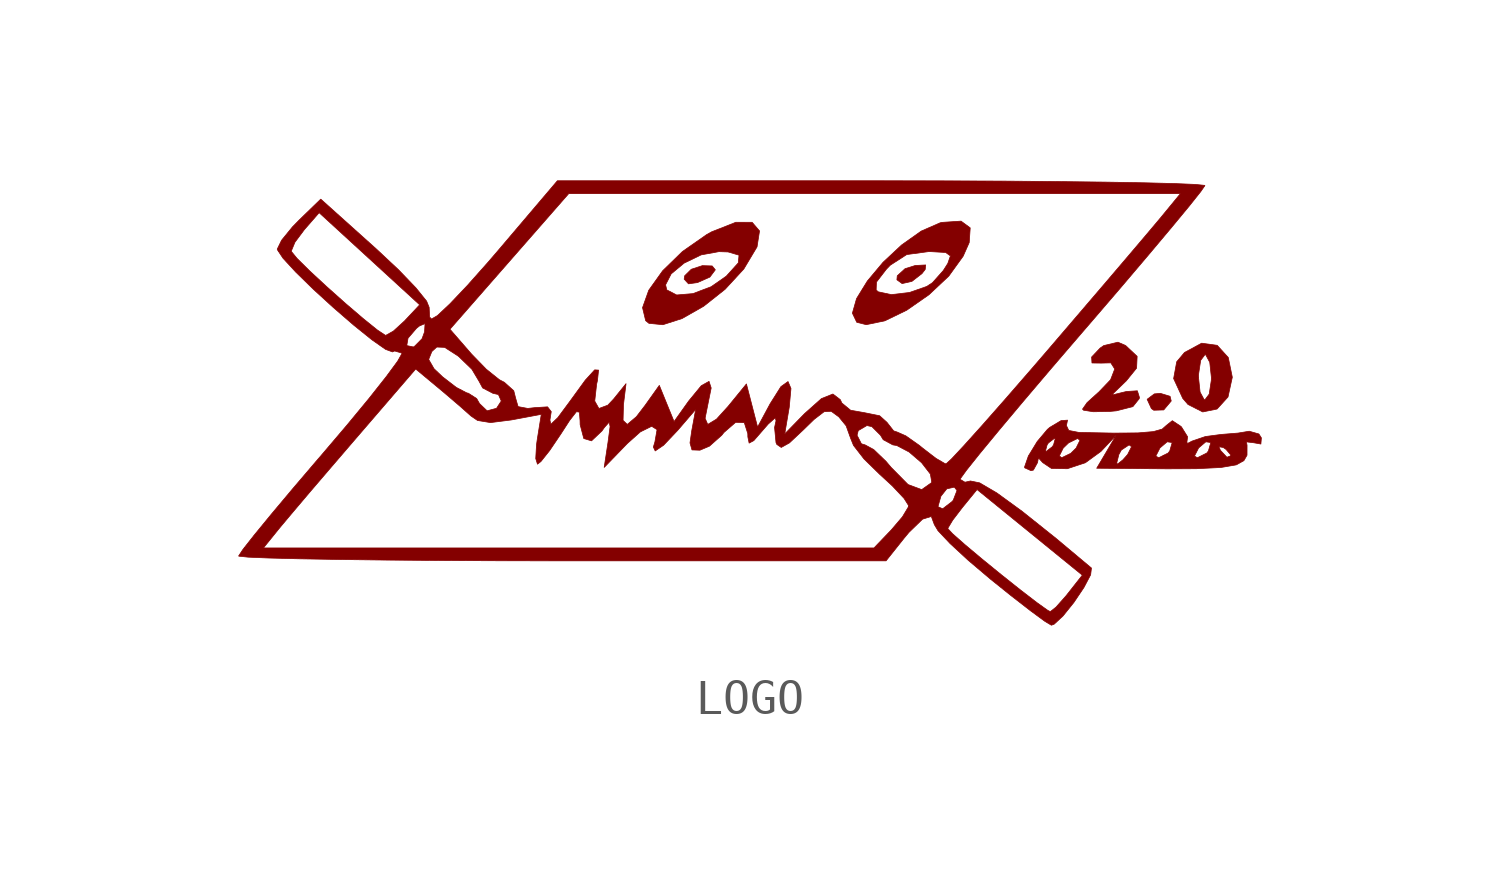
<source format=kicad_sym>
(kicad_symbol_lib
  (version 20220914)
  (generator "bitmap2component")
  (generator_version "9.0")
  (symbol "LOGO"
    (pin_names
      (offset 1.016))
    (property "Reference" "#G"
      (at 0 5.856 0)
      (effects (font (size 1.27 1.27)) hide))
    (symbol "LOGO_0_0"
      (polyline (pts (xy 8.766 -6.46) (xy 9.026 -6.219) (xy 9.342 -5.826) (xy 9.636 -5.389) (xy 9.832 -5.018) (xy 9.856 -4.82) (xy 8.819 -3.952) (xy 7.831 -3.163) (xy 7.091 -2.625) (xy 6.591 -2.332) (xy 6.321 -2.277) (xy 6.161 -2.313) (xy 6.021 -2.229) (xy 6.028 -2.21) (xy 6.203 -1.967) (xy 6.587 -1.486) (xy 7.149 -0.805) (xy 7.858 0.04) (xy 8.683 1.011) (xy 9.594 2.071) (xy 9.828 2.342) (xy 10.721 3.382) (xy 11.52 4.323) (xy 12.195 5.127) (xy 12.716 5.757) (xy 13.05 6.177) (xy 13.169 6.35) (xy 13.159 6.357) (xy 12.893 6.384) (xy 12.294 6.409) (xy 11.399 6.432) (xy 10.242 6.452) (xy 8.86 6.468) (xy 7.288 6.481) (xy 5.56 6.488) (xy 3.714 6.491) (xy -5.742 6.491) (xy -7.5 4.422) (xy -7.766 4.113) (xy -8.373 3.431) (xy -8.882 2.895) (xy -9.246 2.553) (xy -9.418 2.453) (xy -9.475 2.512) (xy -9.487 2.792) (xy -9.561 2.975) (xy -9.872 3.361) (xy -10.376 3.886) (xy -11.024 4.493) (xy -12.653 5.955) (xy -13.288 5.339) (xy -13.479 5.144) (xy -13.797 4.754) (xy -13.923 4.496) (xy -13.92 4.478) (xy -13.897 4.441) (xy -13.512 4.441) (xy -13.407 4.695) (xy -13.132 5.063) (xy -12.7 5.558) (xy -11.232 4.213) (xy -9.764 2.868) (xy -10.183 2.422) (xy -10.202 2.401) (xy -10.532 2.1) (xy -10.754 1.976) (xy -10.768 1.979) (xy -10.999 2.132) (xy -11.413 2.466) (xy -11.932 2.91) (xy -12.478 3.397) (xy -12.975 3.857) (xy -13.344 4.222) (xy -13.508 4.422) (xy -13.512 4.441) (xy -13.897 4.441) (xy -13.755 4.228) (xy -13.381 3.822) (xy -12.867 3.32) (xy -12.28 2.784) (xy -11.688 2.272) (xy -11.159 1.846) (xy -10.918 1.677) (xy -10.141 1.677) (xy -10.104 1.893) (xy -9.856 2.182) (xy -9.768 2.252) (xy -9.607 2.319) (xy -9.617 2.155) (xy -8.879 2.155) (xy -7.145 4.135) (xy -5.411 6.115) (xy 3.521 6.115) (xy 12.454 6.115) (xy 11.918 5.463) (xy 11.82 5.345) (xy 11.446 4.901) (xy 10.889 4.245) (xy 10.194 3.43) (xy 9.403 2.506) (xy 8.561 1.523) (xy 8.098 0.986) (xy 7.329 0.102) (xy 6.66 -0.657) (xy 6.127 -1.249) (xy 5.765 -1.636) (xy 5.612 -1.776) (xy 5.579 -1.77) (xy 5.314 -1.616) (xy 4.926 -1.317) (xy 4.827 -1.236) (xy 4.434 -0.959) (xy 4.179 -0.847) (xy 4.079 -0.814) (xy 3.883 -0.564) (xy 3.67 -0.372) (xy 3.224 -0.282) (xy 2.822 -0.211) (xy 2.566 0) (xy 2.522 0.097) (xy 2.305 0.263) (xy 1.971 0.13) (xy 1.477 -0.31) (xy 0.898 -0.903) (xy 1.03 -0.122) (xy 1.08 0.425) (xy 0.994 0.627) (xy 0.787 0.479) (xy 0.471 -0.022) (xy 0.105 -0.703) (xy -0.058 -0.073) (xy -0.221 0.557) (xy -0.755 -0.097) (xy -1.095 -0.471) (xy -1.35 -0.625) (xy -1.428 -0.447) (xy -1.327 0.059) (xy -1.25 0.439) (xy -1.313 0.632) (xy -1.539 0.506) (xy -1.907 0.059) (xy -2.334 -0.541) (xy -2.55 -0.013) (xy -2.765 0.515) (xy -3.183 -0.072) (xy -3.434 -0.399) (xy -3.701 -0.625) (xy -3.824 -0.507) (xy -3.812 -0.047) (xy -3.737 0.565) (xy -4.1 0.116) (xy -4.269 -0.063) (xy -4.529 -0.16) (xy -4.651 0.057) (xy -4.595 0.556) (xy -4.572 0.654) (xy -4.539 0.961) (xy -4.653 0.968) (xy -4.928 0.666) (xy -5.378 0.047) (xy -5.731 -0.429) (xy -5.933 -0.62) (xy -5.96 -0.498) (xy -5.921 -0.251) (xy -6.029 -0.112) (xy -6.41 -0.136) (xy -6.607 -0.158) (xy -6.89 -0.105) (xy -6.962 0.144) (xy -7.016 0.358) (xy -7.291 0.605) (xy -7.436 0.68) (xy -7.821 0.989) (xy -8.249 1.43) (xy -8.879 2.155) (xy -9.617 2.155) (xy -9.621 2.079) (xy -9.695 1.877) (xy -9.925 1.646) (xy -9.952 1.638) (xy -10.141 1.677) (xy -10.918 1.677) (xy -10.759 1.566) (xy -10.557 1.492) (xy -10.494 1.52) (xy -10.283 1.457) (xy -10.281 1.446) (xy -10.379 1.273) (xy -9.501 1.273) (xy -9.408 1.504) (xy -9.264 1.635) (xy -9.034 1.625) (xy -8.653 1.38) (xy -8.622 1.356) (xy -8.239 0.985) (xy -8.03 0.635) (xy -7.925 0.44) (xy -7.622 0.282) (xy -7.465 0.248) (xy -7.381 0.059) (xy -7.519 -0.154) (xy -7.795 -0.228) (xy -8.016 -0.016) (xy -8.1 0.131) (xy -8.346 0.288) (xy -8.384 0.294) (xy -8.693 0.455) (xy -9.096 0.765) (xy -9.345 1.002) (xy -9.501 1.273) (xy -10.379 1.273) (xy -10.406 1.224) (xy -10.739 0.772) (xy -11.242 0.136) (xy -11.882 -0.639) (xy -12.621 -1.508) (xy -12.738 -1.643) (xy -13.471 -2.502) (xy -14.107 -3.26) (xy -14.607 -3.87) (xy -14.892 -4.233) (xy -14.327 -4.233) (xy -13.89 -3.693) (xy -13.828 -3.617) (xy -13.483 -3.206) (xy -12.97 -2.6) (xy -12.344 -1.869) (xy -11.666 -1.08) (xy -9.88 0.993) (xy -9.221 0.445) (xy -9.056 0.307) (xy -8.592 -0.089) (xy -8.263 -0.381) (xy -8.074 -0.51) (xy -7.696 -0.572) (xy -7.088 -0.495) (xy -6.212 -0.331) (xy -6.329 -1.059) (xy -6.351 -1.215) (xy -6.374 -1.623) (xy -6.323 -1.787) (xy -6.223 -1.709) (xy -5.968 -1.389) (xy -5.64 -0.904) (xy -5.384 -0.509) (xy -5.185 -0.253) (xy -5.099 -0.267) (xy -5.08 -0.516) (xy -5.077 -0.634) (xy -4.971 -1.037) (xy -4.745 -1.105) (xy -4.441 -0.817) (xy -4.365 -0.71) (xy -4.229 -0.559) (xy -4.203 -0.688) (xy -4.263 -1.143) (xy -4.375 -1.881) (xy -3.699 -1.183) (xy -3.318 -0.843) (xy -2.988 -0.68) (xy -2.831 -0.778) (xy -2.894 -1.138) (xy -2.939 -1.286) (xy -2.885 -1.4) (xy -2.64 -1.233) (xy -2.229 -0.8) (xy -1.703 -0.188) (xy -1.819 -0.814) (xy -1.869 -1.166) (xy -1.811 -1.37) (xy -1.579 -1.378) (xy -1.3 -1.26) (xy -0.941 -0.941) (xy -0.878 -0.861) (xy -0.535 -0.564) (xy -0.283 -0.574) (xy -0.181 -0.894) (xy -0.179 -0.99) (xy -0.142 -1.171) (xy -0.006 -1.099) (xy 0.295 -0.753) (xy 0.417 -0.613) (xy 0.62 -0.434) (xy 0.644 -0.517) (xy 0.601 -0.715) (xy 0.643 -1.156) (xy 0.666 -1.209) (xy 0.796 -1.298) (xy 1.034 -1.166) (xy 1.447 -0.779) (xy 1.755 -0.479) (xy 2.048 -0.254) (xy 2.255 -0.242) (xy 2.478 -0.405) (xy 2.691 -0.666) (xy 2.79 -0.941) (xy 3.01 -0.941) (xy 3.045 -0.806) (xy 3.298 -0.658) (xy 3.443 -0.69) (xy 3.695 -0.941) (xy 3.774 -1.071) (xy 4.055 -1.223) (xy 4.17 -1.241) (xy 4.532 -1.432) (xy 4.896 -1.745) (xy 5.152 -2.076) (xy 5.193 -2.321) (xy 5.193 -2.321) (xy 4.899 -2.529) (xy 4.5 -2.381) (xy 4.006 -1.881) (xy 3.855 -1.703) (xy 3.497 -1.359) (xy 3.245 -1.223) (xy 3.137 -1.191) (xy 3.01 -0.941) (xy 2.79 -0.941) (xy 2.822 -1.03) (xy 2.906 -1.238) (xy 3.213 -1.634) (xy 3.669 -2.08) (xy 4.042 -2.423) (xy 4.383 -2.786) (xy 4.516 -2.997) (xy 4.509 -3.029) (xy 5.373 -3.029) (xy 5.459 -2.723) (xy 5.631 -2.507) (xy 5.851 -2.457) (xy 5.929 -2.555) (xy 5.819 -2.839) (xy 5.786 -2.877) (xy 5.511 -3.089) (xy 5.373 -3.029) (xy 4.509 -3.029) (xy 4.508 -3.037) (xy 4.336 -3.323) (xy 4.01 -3.706) (xy 3.504 -4.233) (xy -5.411 -4.233) (xy -14.327 -4.233) (xy -14.892 -4.233) (xy -14.934 -4.288) (xy -15.052 -4.468) (xy -15.041 -4.474) (xy -14.775 -4.502) (xy -14.177 -4.527) (xy -13.282 -4.55) (xy -12.126 -4.57) (xy -10.743 -4.587) (xy -9.171 -4.599) (xy -7.444 -4.607) (xy -5.598 -4.61) (xy 3.857 -4.61) (xy 4.382 -3.951) (xy 4.525 -3.779) (xy 4.924 -3.392) (xy 5.179 -3.313) (xy 5.268 -3.552) (xy 5.338 -3.669) (xy 5.662 -3.669) (xy 5.665 -3.652) (xy 5.804 -3.421) (xy 6.087 -3.051) (xy 6.515 -2.527) (xy 8.052 -3.777) (xy 9.589 -5.028) (xy 9.169 -5.561) (xy 9.11 -5.635) (xy 8.821 -5.961) (xy 8.655 -6.093) (xy 8.579 -6.055) (xy 8.268 -5.833) (xy 7.793 -5.468) (xy 7.232 -5.022) (xy 6.662 -4.557) (xy 6.159 -4.135) (xy 5.8 -3.818) (xy 5.662 -3.669) (xy 5.338 -3.669) (xy 5.374 -3.729) (xy 5.722 -4.099) (xy 6.255 -4.592) (xy 6.914 -5.15) (xy 7.507 -5.626) (xy 8.084 -6.074) (xy 8.498 -6.378) (xy 8.686 -6.49) (xy 8.766 -6.46)) (stroke (width 0.01) (type default)) (fill (type outline)))
      (polyline (pts (xy 8.16 -1.959) (xy 8.281 -1.74) (xy 8.307 -1.601) (xy 8.434 -1.741) (xy 8.686 -1.91) (xy 9.152 -1.919) (xy 9.678 -1.745) (xy 10.134 -1.413) (xy 10.579 -0.941) (xy 10.294 -1.423) (xy 10.101 -1.75) (xy 10.595 -1.75) (xy 10.656 -1.505) (xy 10.729 -1.373) (xy 10.956 -1.223) (xy 11.027 -1.276) (xy 10.912 -1.505) (xy 10.873 -1.549) (xy 11.736 -1.549) (xy 11.857 -1.312) (xy 12.068 -1.133) (xy 12.214 -1.154) (xy 12.143 -1.399) (xy 12.095 -1.461) (xy 11.919 -1.549) (xy 12.865 -1.549) (xy 12.986 -1.312) (xy 13.197 -1.133) (xy 13.342 -1.154) (xy 13.307 -1.277) (xy 13.577 -1.277) (xy 13.706 -1.299) (xy 13.789 -1.357) (xy 13.923 -1.516) (xy 13.921 -1.543) (xy 13.812 -1.584) (xy 13.623 -1.382) (xy 13.577 -1.277) (xy 13.307 -1.277) (xy 13.272 -1.399) (xy 13.224 -1.461) (xy 12.948 -1.599) (xy 12.865 -1.549) (xy 11.919 -1.549) (xy 11.819 -1.599) (xy 11.736 -1.549) (xy 10.873 -1.549) (xy 10.77 -1.663) (xy 10.613 -1.787) (xy 10.595 -1.75) (xy 10.101 -1.75) (xy 10.009 -1.905) (xy 12.053 -1.922) (xy 12.91 -1.919) (xy 13.639 -1.883) (xy 14.088 -1.806) (xy 14.308 -1.683) (xy 14.399 -1.525) (xy 14.4 -1.233) (xy 14.382 -1.135) (xy 14.597 -1.161) (xy 14.804 -1.198) (xy 14.819 -1.018) (xy 14.746 -0.904) (xy 14.464 -0.824) (xy 14.137 -0.878) (xy 13.641 -0.918) (xy 13.184 -0.979) (xy 12.794 -1.112) (xy 12.656 -1.184) (xy 12.644 -1.137) (xy 12.664 -0.986) (xy 12.486 -0.7) (xy 12.467 -0.681) (xy 12.218 -0.516) (xy 12.045 -0.653) (xy 11.922 -0.762) (xy 11.664 -0.835) (xy 11.214 -0.873) (xy 10.509 -0.879) (xy 9.49 -0.859) (xy 9.193 -0.801) (xy 9.125 -0.658) (xy 9.157 -0.501) (xy 8.971 -0.513) (xy 8.638 -0.712) (xy 8.57 -0.77) (xy 8.271 -1.126) (xy 8.105 -1.399) (xy 8.513 -1.399) (xy 8.561 -1.223) (xy 8.599 -1.167) (xy 8.771 -1.035) (xy 8.797 -1.047) (xy 8.749 -1.223) (xy 8.71 -1.279) (xy 8.538 -1.411) (xy 8.513 -1.399) (xy 8.105 -1.399) (xy 8.016 -1.544) (xy 8.918 -1.544) (xy 9.031 -1.317) (xy 9.188 -1.165) (xy 9.453 -1.035) (xy 9.52 -1.09) (xy 9.407 -1.317) (xy 9.251 -1.47) (xy 8.985 -1.599) (xy 8.918 -1.544) (xy 8.016 -1.544) (xy 8.013 -1.55) (xy 7.902 -1.869) (xy 7.907 -1.893) (xy 8.09 -1.976) (xy 8.16 -1.959)) (stroke (width 0.01) (type default)) (fill (type outline)))
      (polyline (pts (xy 10.393 -0.246) (xy 10.586 -0.228) (xy 11.066 -0.105) (xy 11.251 0.126) (xy 11.257 0.164) (xy 11.197 0.357) (xy 10.876 0.336) (xy 10.442 0.231) (xy 10.876 0.65) (xy 11.174 1.018) (xy 11.19 1.363) (xy 10.854 1.679) (xy 10.63 1.776) (xy 10.218 1.679) (xy 10.109 1.604) (xy 9.861 1.343) (xy 9.871 1.169) (xy 10.149 1.166) (xy 10.421 1.173) (xy 10.536 0.993) (xy 10.415 0.68) (xy 10.066 0.316) (xy 10.05 0.303) (xy 9.728 0.012) (xy 9.595 -0.179) (xy 9.624 -0.21) (xy 9.907 -0.255) (xy 10.393 -0.246)) (stroke (width 0.01) (type default)) (fill (type outline)))
      (polyline (pts (xy 11.967 -0.202) (xy 12.186 0.059) (xy 12.152 0.196) (xy 11.869 0.282) (xy 11.692 0.266) (xy 11.482 0.109) (xy 11.606 -0.161) (xy 11.675 -0.211) (xy 11.967 -0.202)) (stroke (width 0.01) (type default)) (fill (type outline)))
      (polyline (pts (xy 13.525 -0.175) (xy 13.844 0.176) (xy 13.97 0.753) (xy 13.852 1.329) (xy 13.528 1.685) (xy 13.075 1.747) (xy 12.574 1.476) (xy 12.346 1.205) (xy 12.263 0.753) (xy 12.982 0.753) (xy 12.984 0.839) (xy 13.046 1.246) (xy 13.17 1.411) (xy 13.195 1.405) (xy 13.311 1.188) (xy 13.358 0.753) (xy 13.357 0.666) (xy 13.295 0.26) (xy 13.17 0.094) (xy 13.146 0.1) (xy 13.029 0.317) (xy 12.982 0.753) (xy 12.263 0.753) (xy 12.256 0.714) (xy 12.522 0.136) (xy 12.676 -0.043) (xy 13.106 -0.261) (xy 13.525 -0.175)) (stroke (width 0.01) (type default)) (fill (type outline)))
      (polyline (pts (xy -2.102 2.466) (xy -1.471 2.825) (xy -0.844 3.321) (xy -0.297 3.914) (xy 0.089 4.56) (xy 0.162 5.026) (xy -0.054 5.277) (xy -0.529 5.279) (xy -1.236 5) (xy -1.385 4.917) (xy -2.089 4.425) (xy -2.668 3.861) (xy -2.96 3.452) (xy -2.582 3.452) (xy -2.419 3.771) (xy -2.041 4.085) (xy -1.544 4.326) (xy -1.024 4.421) (xy -0.757 4.412) (xy -0.437 4.318) (xy -0.458 4.093) (xy -0.809 3.705) (xy -1.252 3.396) (xy -1.785 3.195) (xy -2.258 3.155) (xy -2.547 3.304) (xy -2.582 3.452) (xy -2.96 3.452) (xy -3.074 3.292) (xy -3.255 2.785) (xy -3.164 2.405) (xy -3.068 2.327) (xy -2.66 2.287) (xy -2.102 2.466)) (stroke (width 0.01) (type default)) (fill (type outline)))
      (polyline (pts (xy 3.821 2.4) (xy 4.459 2.709) (xy 5.11 3.162) (xy 5.689 3.706) (xy 6.109 4.288) (xy 6.286 4.687) (xy 6.315 5.115) (xy 6.048 5.312) (xy 5.487 5.275) (xy 5.434 5.262) (xy 4.884 5.021) (xy 4.311 4.615) (xy 3.768 4.108) (xy 3.312 3.564) (xy 3.151 3.303) (xy 3.568 3.303) (xy 3.576 3.531) (xy 3.87 3.912) (xy 3.98 4.025) (xy 4.462 4.336) (xy 5.094 4.421) (xy 5.168 4.421) (xy 5.598 4.396) (xy 5.737 4.297) (xy 5.661 4.077) (xy 5.528 3.868) (xy 5.213 3.514) (xy 5.044 3.404) (xy 4.542 3.228) (xy 4.009 3.166) (xy 3.627 3.248) (xy 3.568 3.303) (xy 3.151 3.303) (xy 2.995 3.049) (xy 2.874 2.624) (xy 3.002 2.357) (xy 3.279 2.288) (xy 3.821 2.4)) (stroke (width 0.01) (type default)) (fill (type outline)))
      (polyline (pts (xy -1.651 3.517) (xy -1.288 3.678) (xy -1.129 3.89) (xy -1.221 4.003) (xy -1.508 4.012) (xy -1.831 3.906) (xy -2.024 3.716) (xy -2.039 3.617) (xy -1.913 3.481) (xy -1.651 3.517)) (stroke (width 0.01) (type default)) (fill (type outline)))
      (polyline (pts (xy 4.613 3.553) (xy 4.907 3.781) (xy 5.001 3.902) (xy 5.013 4.032) (xy 4.709 4.016) (xy 4.412 3.923) (xy 4.185 3.716) (xy 4.174 3.599) (xy 4.326 3.488) (xy 4.613 3.553)) (stroke (width 0.01) (type default)) (fill (type outline))))))
</source>
